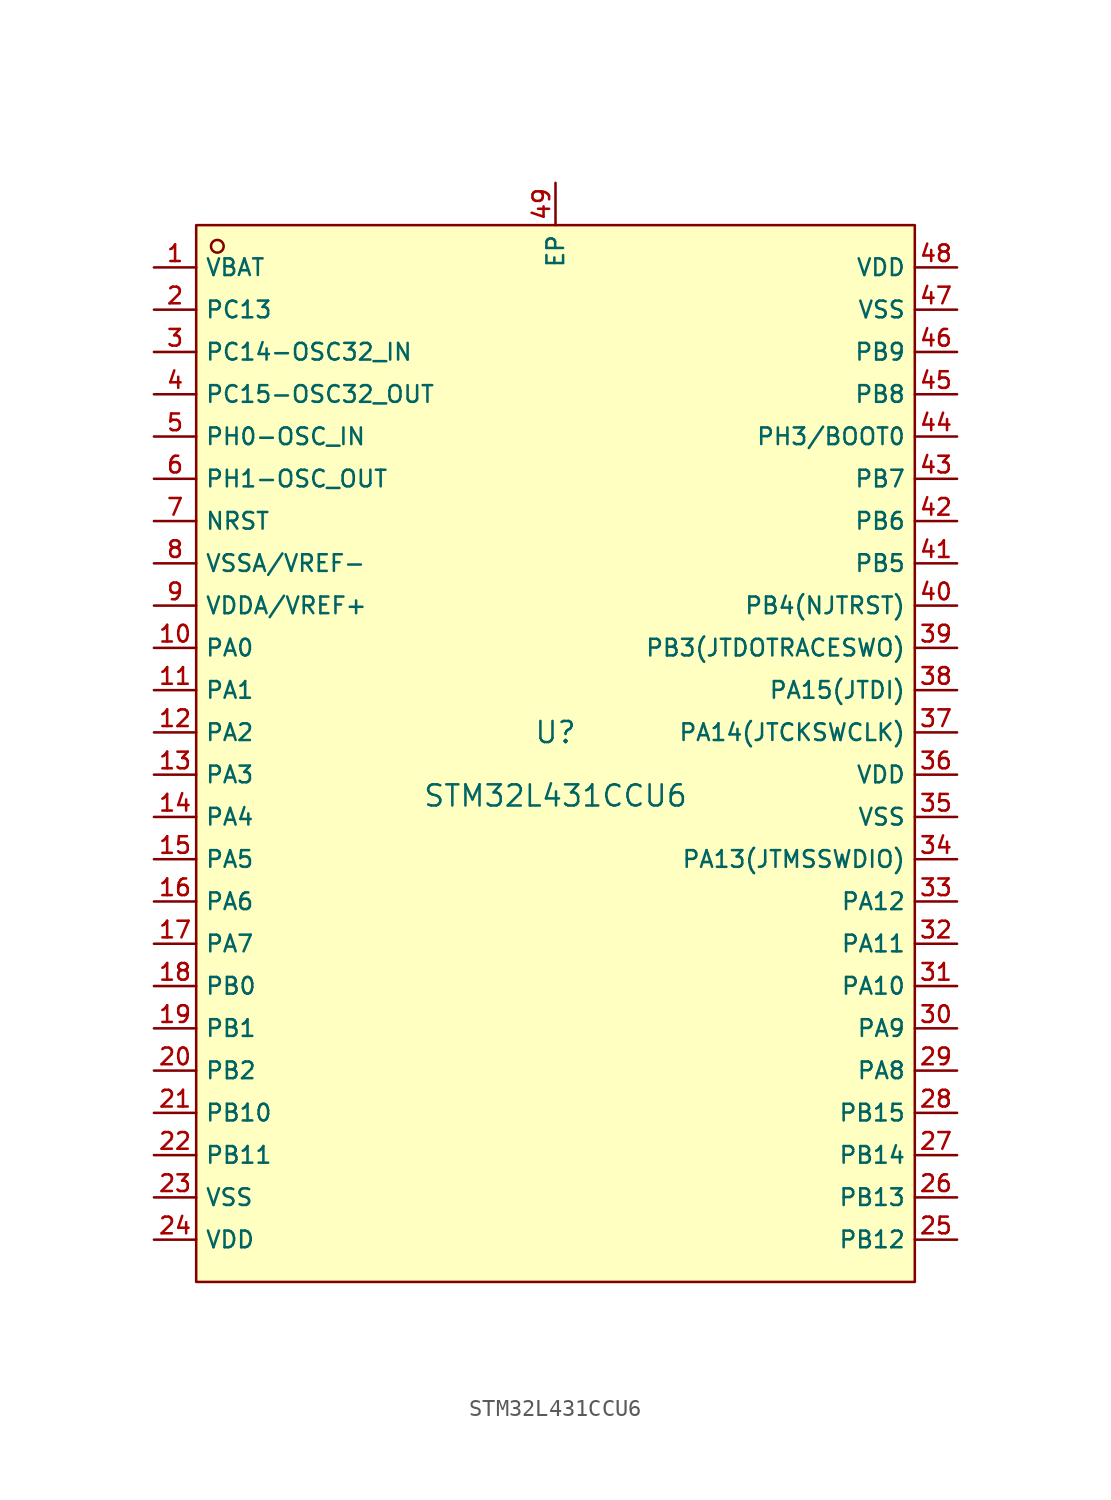
<source format=kicad_sym>
(kicad_symbol_lib
  (version 20210201)
  (generator TousstNicolas/JLC2KiCad_lib)
  (symbol "STM32L431CCU6"
    (property "Reference" "U"
      (at 0 1.27 0)
      (effects (font (size 1.27 1.27))))
    (property "Value" "STM32L431CCU6"
      (at 0 -2.54 0)
      (effects (font (size 1.27 1.27))))
    (symbol "STM32L431CCU6_0_1"
      (rectangle (start -21.59 31.75) (end 21.59 -31.75) (stroke (width 0) (type default) (color 0 0 0 0)) (fill (type background)))
      (circle (center -20.32 30.48) (radius 0.381) (stroke (width 0) (type default) (color 0 0 0 0)) (fill (type background)))
      (pin unspecified line (at -24.13 29.21 0) (length 2.54) (name "VBAT" (effects (font (size 1 1)))) (number "1" (effects (font (size 1 1)))))
      (pin unspecified line (at -24.13 26.67 0) (length 2.54) (name "PC13" (effects (font (size 1 1)))) (number "2" (effects (font (size 1 1)))))
      (pin unspecified line (at -24.13 24.13 0) (length 2.54) (name "PC14-OSC32_IN" (effects (font (size 1 1)))) (number "3" (effects (font (size 1 1)))))
      (pin unspecified line (at -24.13 21.59 0) (length 2.54) (name "PC15-OSC32_OUT" (effects (font (size 1 1)))) (number "4" (effects (font (size 1 1)))))
      (pin unspecified line (at -24.13 19.05 0) (length 2.54) (name "PH0-OSC_IN" (effects (font (size 1 1)))) (number "5" (effects (font (size 1 1)))))
      (pin unspecified line (at -24.13 16.51 0) (length 2.54) (name "PH1-OSC_OUT" (effects (font (size 1 1)))) (number "6" (effects (font (size 1 1)))))
      (pin unspecified line (at -24.13 13.97 0) (length 2.54) (name "NRST" (effects (font (size 1 1)))) (number "7" (effects (font (size 1 1)))))
      (pin unspecified line (at -24.13 11.43 0) (length 2.54) (name "VSSA/VREF-" (effects (font (size 1 1)))) (number "8" (effects (font (size 1 1)))))
      (pin unspecified line (at -24.13 8.89 0) (length 2.54) (name "VDDA/VREF+" (effects (font (size 1 1)))) (number "9" (effects (font (size 1 1)))))
      (pin unspecified line (at -24.13 6.35 0) (length 2.54) (name "PA0" (effects (font (size 1 1)))) (number "10" (effects (font (size 1 1)))))
      (pin unspecified line (at -24.13 3.81 0) (length 2.54) (name "PA1" (effects (font (size 1 1)))) (number "11" (effects (font (size 1 1)))))
      (pin unspecified line (at -24.13 1.27 0) (length 2.54) (name "PA2" (effects (font (size 1 1)))) (number "12" (effects (font (size 1 1)))))
      (pin unspecified line (at -24.13 -1.27 0) (length 2.54) (name "PA3" (effects (font (size 1 1)))) (number "13" (effects (font (size 1 1)))))
      (pin unspecified line (at -24.13 -3.81 0) (length 2.54) (name "PA4" (effects (font (size 1 1)))) (number "14" (effects (font (size 1 1)))))
      (pin unspecified line (at -24.13 -6.35 0) (length 2.54) (name "PA5" (effects (font (size 1 1)))) (number "15" (effects (font (size 1 1)))))
      (pin unspecified line (at -24.13 -8.89 0) (length 2.54) (name "PA6" (effects (font (size 1 1)))) (number "16" (effects (font (size 1 1)))))
      (pin unspecified line (at -24.13 -11.43 0) (length 2.54) (name "PA7" (effects (font (size 1 1)))) (number "17" (effects (font (size 1 1)))))
      (pin unspecified line (at -24.13 -13.97 0) (length 2.54) (name "PB0" (effects (font (size 1 1)))) (number "18" (effects (font (size 1 1)))))
      (pin unspecified line (at -24.13 -16.51 0) (length 2.54) (name "PB1" (effects (font (size 1 1)))) (number "19" (effects (font (size 1 1)))))
      (pin unspecified line (at -24.13 -19.05 0) (length 2.54) (name "PB2" (effects (font (size 1 1)))) (number "20" (effects (font (size 1 1)))))
      (pin unspecified line (at -24.13 -21.59 0) (length 2.54) (name "PB10" (effects (font (size 1 1)))) (number "21" (effects (font (size 1 1)))))
      (pin unspecified line (at -24.13 -24.13 0) (length 2.54) (name "PB11" (effects (font (size 1 1)))) (number "22" (effects (font (size 1 1)))))
      (pin unspecified line (at -24.13 -26.67 0) (length 2.54) (name "VSS" (effects (font (size 1 1)))) (number "23" (effects (font (size 1 1)))))
      (pin unspecified line (at -24.13 -29.21 0) (length 2.54) (name "VDD" (effects (font (size 1 1)))) (number "24" (effects (font (size 1 1)))))
      (pin unspecified line (at 24.13 -29.21 180) (length 2.54) (name "PB12" (effects (font (size 1 1)))) (number "25" (effects (font (size 1 1)))))
      (pin unspecified line (at 24.13 -26.67 180) (length 2.54) (name "PB13" (effects (font (size 1 1)))) (number "26" (effects (font (size 1 1)))))
      (pin unspecified line (at 24.13 -24.13 180) (length 2.54) (name "PB14" (effects (font (size 1 1)))) (number "27" (effects (font (size 1 1)))))
      (pin unspecified line (at 24.13 -21.59 180) (length 2.54) (name "PB15" (effects (font (size 1 1)))) (number "28" (effects (font (size 1 1)))))
      (pin unspecified line (at 24.13 -19.05 180) (length 2.54) (name "PA8" (effects (font (size 1 1)))) (number "29" (effects (font (size 1 1)))))
      (pin unspecified line (at 24.13 -16.51 180) (length 2.54) (name "PA9" (effects (font (size 1 1)))) (number "30" (effects (font (size 1 1)))))
      (pin unspecified line (at 24.13 -13.97 180) (length 2.54) (name "PA10" (effects (font (size 1 1)))) (number "31" (effects (font (size 1 1)))))
      (pin unspecified line (at 24.13 -11.43 180) (length 2.54) (name "PA11" (effects (font (size 1 1)))) (number "32" (effects (font (size 1 1)))))
      (pin unspecified line (at 24.13 -8.89 180) (length 2.54) (name "PA12" (effects (font (size 1 1)))) (number "33" (effects (font (size 1 1)))))
      (pin unspecified line (at 24.13 -6.35 180) (length 2.54) (name "PA13(JTMSSWDIO)" (effects (font (size 1 1)))) (number "34" (effects (font (size 1 1)))))
      (pin unspecified line (at 24.13 -3.81 180) (length 2.54) (name "VSS" (effects (font (size 1 1)))) (number "35" (effects (font (size 1 1)))))
      (pin unspecified line (at 24.13 -1.27 180) (length 2.54) (name "VDD" (effects (font (size 1 1)))) (number "36" (effects (font (size 1 1)))))
      (pin unspecified line (at 24.13 1.27 180) (length 2.54) (name "PA14(JTCKSWCLK)" (effects (font (size 1 1)))) (number "37" (effects (font (size 1 1)))))
      (pin unspecified line (at 24.13 3.81 180) (length 2.54) (name "PA15(JTDI)" (effects (font (size 1 1)))) (number "38" (effects (font (size 1 1)))))
      (pin unspecified line (at 24.13 6.35 180) (length 2.54) (name "PB3(JTDOTRACESWO)" (effects (font (size 1 1)))) (number "39" (effects (font (size 1 1)))))
      (pin unspecified line (at 24.13 8.89 180) (length 2.54) (name "PB4(NJTRST)" (effects (font (size 1 1)))) (number "40" (effects (font (size 1 1)))))
      (pin unspecified line (at 24.13 11.43 180) (length 2.54) (name "PB5" (effects (font (size 1 1)))) (number "41" (effects (font (size 1 1)))))
      (pin unspecified line (at 24.13 13.97 180) (length 2.54) (name "PB6" (effects (font (size 1 1)))) (number "42" (effects (font (size 1 1)))))
      (pin unspecified line (at 24.13 16.51 180) (length 2.54) (name "PB7" (effects (font (size 1 1)))) (number "43" (effects (font (size 1 1)))))
      (pin unspecified line (at 24.13 19.05 180) (length 2.54) (name "PH3/BOOT0" (effects (font (size 1 1)))) (number "44" (effects (font (size 1 1)))))
      (pin unspecified line (at 24.13 21.59 180) (length 2.54) (name "PB8" (effects (font (size 1 1)))) (number "45" (effects (font (size 1 1)))))
      (pin unspecified line (at 24.13 24.13 180) (length 2.54) (name "PB9" (effects (font (size 1 1)))) (number "46" (effects (font (size 1 1)))))
      (pin unspecified line (at 24.13 26.67 180) (length 2.54) (name "VSS" (effects (font (size 1 1)))) (number "47" (effects (font (size 1 1)))))
      (pin unspecified line (at 24.13 29.21 180) (length 2.54) (name "VDD" (effects (font (size 1 1)))) (number "48" (effects (font (size 1 1)))))
      (pin unspecified line (at 0.0 34.29 270) (length 2.54) (name "EP" (effects (font (size 1 1)))) (number "49" (effects (font (size 1 1))))))))
</source>
